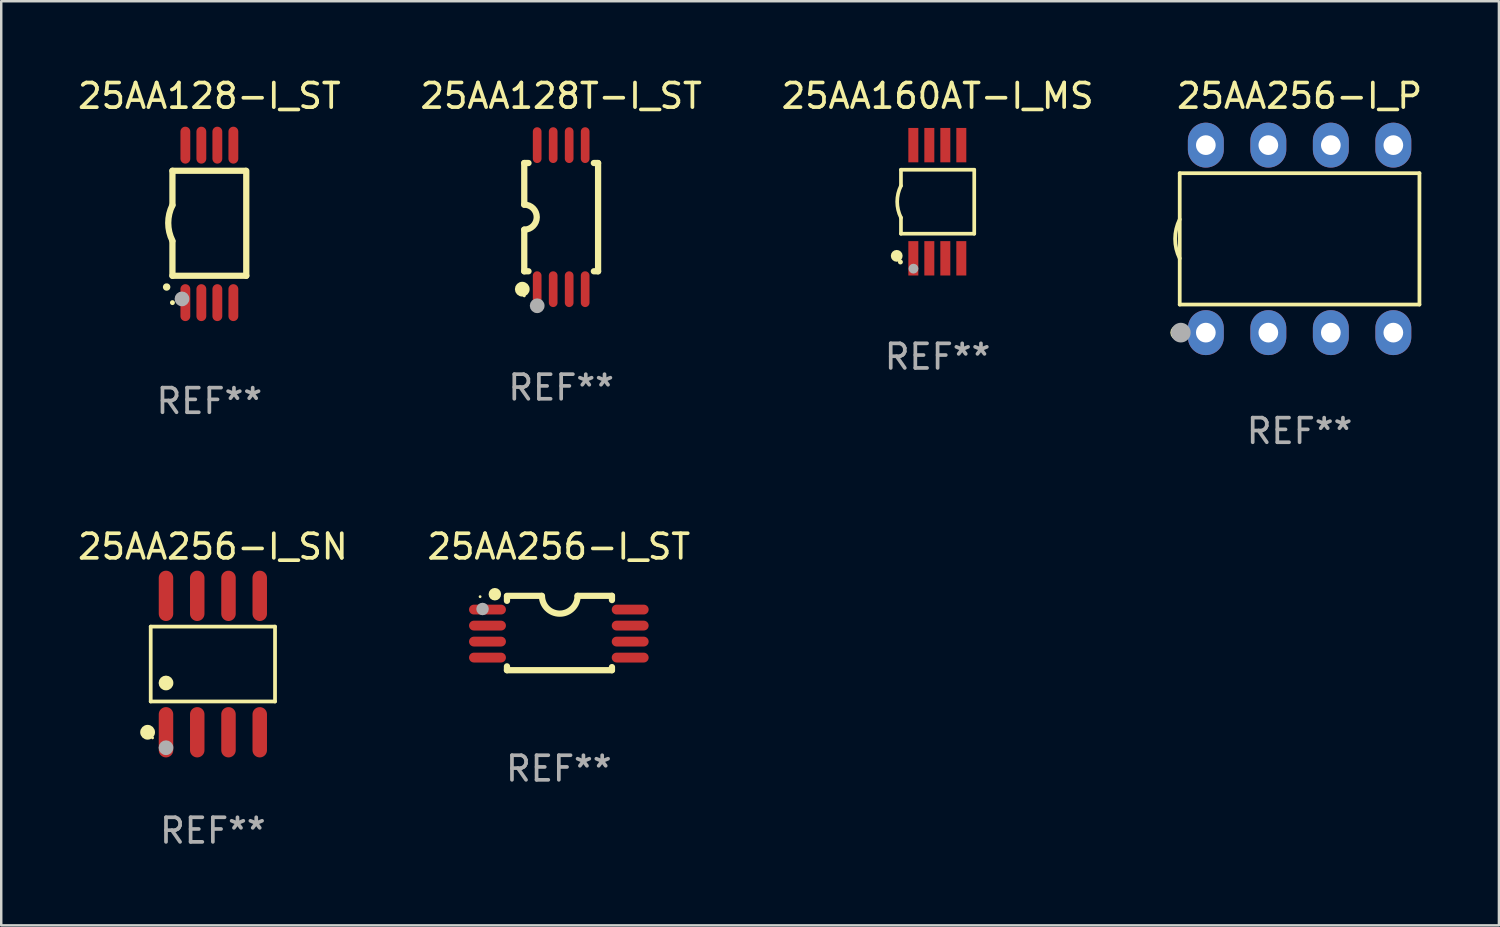
<source format=kicad_pcb>
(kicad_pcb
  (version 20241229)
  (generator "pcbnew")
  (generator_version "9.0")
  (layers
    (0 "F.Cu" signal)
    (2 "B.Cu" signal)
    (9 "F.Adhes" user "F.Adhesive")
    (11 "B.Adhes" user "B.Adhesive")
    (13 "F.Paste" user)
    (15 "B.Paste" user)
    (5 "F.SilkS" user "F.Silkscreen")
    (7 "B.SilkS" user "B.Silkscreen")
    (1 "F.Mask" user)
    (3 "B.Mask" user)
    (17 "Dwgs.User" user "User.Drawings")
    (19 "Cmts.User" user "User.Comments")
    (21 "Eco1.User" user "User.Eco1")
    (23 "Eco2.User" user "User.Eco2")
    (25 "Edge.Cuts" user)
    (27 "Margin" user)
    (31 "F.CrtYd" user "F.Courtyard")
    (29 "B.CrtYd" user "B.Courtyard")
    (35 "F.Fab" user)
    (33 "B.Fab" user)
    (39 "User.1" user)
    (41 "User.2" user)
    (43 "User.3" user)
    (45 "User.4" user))
  (footprint "25AA160AT-I_MS"
    (layer "F.Cu")
    (at 35.054 5.148)
    (property "Reference" "25AA160AT-I_MS" (at 0 -4.3 0) (layer "F.SilkS") (effects (font (size 1 1) (thickness 0.15))))
    (attr through_hole)
    (fp_line (start -1.489 -1.3) (end -1.489 -0.648) (stroke (width 0.15) (type solid)) (layer "F.SilkS"))
    (fp_line (start -1.489 0.648) (end -1.489 1.3) (stroke (width 0.15) (type solid)) (layer "F.SilkS"))
    (fp_line (start -1.489 1.3) (end 1.489 1.3) (stroke (width 0.15) (type solid)) (layer "F.SilkS"))
    (fp_line (start 1.489 -1.3) (end -1.489 -1.3) (stroke (width 0.15) (type solid)) (layer "F.SilkS"))
    (fp_line (start 1.489 1.3) (end 1.489 -1.3) (stroke (width 0.15) (type solid)) (layer "F.SilkS"))
    (fp_arc (start -1.489205 0.647702) (mid -1.642107 0) (end -1.489205 -0.647701) (stroke (width 0.150013) (type solid)) (layer "F.SilkS"))
    (fp_circle (center -1.661 2.2) (end -1.541 2.2) (stroke (width 0.24) (type solid)) (fill no) (layer "F.SilkS"))
    (fp_circle (center -1.511 2.45) (end -1.461 2.45) (stroke (width 0.1) (type solid)) (fill no) (layer "F.SilkS"))
    (fp_circle (center -0.981 2.72) (end -0.881 2.72) (stroke (width 0.2) (type solid)) (fill no) (layer "F.Fab"))
    (fp_text user "REF**" (at 0 6.3 0) (layer "F.Fab") (effects (font (size 1 1) (thickness 0.15))))
    (pad "1" smd rect (at -0.986 2.3) (size 0.406 1.397) (layers "F.Cu" "F.Mask" "F.Paste"))
    (pad "2" smd rect (at -0.336 2.3) (size 0.406 1.397) (layers "F.Cu" "F.Mask" "F.Paste"))
    (pad "3" smd rect (at 0.314 2.3) (size 0.406 1.397) (layers "F.Cu" "F.Mask" "F.Paste"))
    (pad "4" smd rect (at 0.964 2.3) (size 0.406 1.397) (layers "F.Cu" "F.Mask" "F.Paste"))
    (pad "5" smd rect (at 0.964 -2.3) (size 0.406 1.397) (layers "F.Cu" "F.Mask" "F.Paste"))
    (pad "6" smd rect (at 0.314 -2.3) (size 0.406 1.397) (layers "F.Cu" "F.Mask" "F.Paste"))
    (pad "7" smd rect (at -0.336 -2.3) (size 0.406 1.397) (layers "F.Cu" "F.Mask" "F.Paste"))
    (pad "8" smd rect (at -0.986 -2.3) (size 0.406 1.397) (layers "F.Cu" "F.Mask" "F.Paste")))
  (footprint "25AA256-I_SN"
    (layer "F.Cu")
    (at 5.601 23.937)
    (property "Reference" "25AA256-I_SN" (at 0 -4.772 0) (layer "F.SilkS") (effects (font (size 1 1) (thickness 0.15))))
    (attr through_hole)
    (fp_line (start -2.526 -1.521) (end 2.526 -1.521) (stroke (width 0.152) (type solid)) (layer "F.SilkS"))
    (fp_line (start -2.526 1.521) (end -2.526 -1.521) (stroke (width 0.152) (type solid)) (layer "F.SilkS"))
    (fp_line (start 2.526 -1.521) (end 2.526 1.521) (stroke (width 0.152) (type solid)) (layer "F.SilkS"))
    (fp_line (start 2.526 1.521) (end -2.526 1.521) (stroke (width 0.152) (type solid)) (layer "F.SilkS"))
    (fp_circle (center -2.652 2.772) (end -2.501 2.772) (stroke (width 0.3) (type solid)) (fill no) (layer "F.SilkS"))
    (fp_circle (center -2.45 3) (end -2.42 3) (stroke (width 0.06) (type solid)) (fill no) (layer "F.SilkS"))
    (fp_circle (center -1.905 0.769) (end -1.755 0.769) (stroke (width 0.3) (type solid)) (fill no) (layer "F.SilkS"))
    (fp_circle (center -1.905 3.4) (end -1.755 3.4) (stroke (width 0.3) (type solid)) (fill no) (layer "F.Fab"))
    (fp_text user "REF**" (at 0 6.772 0) (layer "F.Fab") (effects (font (size 1 1) (thickness 0.15))))
    (pad "1" smd oval (at -1.905 2.772) (size 0.588 2.045) (layers "F.Cu" "F.Mask" "F.Paste"))
    (pad "2" smd oval (at -0.635 2.772) (size 0.588 2.045) (layers "F.Cu" "F.Mask" "F.Paste"))
    (pad "3" smd oval (at 0.635 2.772) (size 0.588 2.045) (layers "F.Cu" "F.Mask" "F.Paste"))
    (pad "4" smd oval (at 1.905 2.772) (size 0.588 2.045) (layers "F.Cu" "F.Mask" "F.Paste"))
    (pad "5" smd oval (at 1.905 -2.772) (size 0.588 2.045) (layers "F.Cu" "F.Mask" "F.Paste"))
    (pad "6" smd oval (at 0.635 -2.772) (size 0.588 2.045) (layers "F.Cu" "F.Mask" "F.Paste"))
    (pad "7" smd oval (at -0.635 -2.772) (size 0.588 2.045) (layers "F.Cu" "F.Mask" "F.Paste"))
    (pad "8" smd oval (at -1.905 -2.772) (size 0.588 2.045) (layers "F.Cu" "F.Mask" "F.Paste")))
  (footprint "25AA256-I_ST"
    (layer "F.Cu")
    (at 19.661 22.676)
    (property "Reference" "25AA256-I_ST" (at 0 -3.511 0) (layer "F.SilkS") (effects (font (size 1 1) (thickness 0.15))))
    (attr through_hole)
    (fp_line (start -2.108 -1.511) (end -0.711 -1.511) (stroke (width 0.254) (type solid)) (layer "F.SilkS"))
    (fp_line (start -2.108 -1.309) (end -2.108 -1.486) (stroke (width 0.254) (type solid)) (layer "F.SilkS"))
    (fp_line (start -2.108 1.511) (end -2.108 1.355) (stroke (width 0.254) (type solid)) (layer "F.SilkS"))
    (fp_line (start 0.762 -1.511) (end 2.159 -1.511) (stroke (width 0.254) (type solid)) (layer "F.SilkS"))
    (fp_line (start 2.159 -1.511) (end 2.159 -1.339) (stroke (width 0.254) (type solid)) (layer "F.SilkS"))
    (fp_line (start 2.159 1.384) (end 2.159 1.511) (stroke (width 0.254) (type solid)) (layer "F.SilkS"))
    (fp_line (start 2.159 1.511) (end -2.108 1.511) (stroke (width 0.254) (type solid)) (layer "F.SilkS"))
    (fp_arc (start 0.762002 -1.511303) (mid 0.0381 -0.787401) (end -0.685802 -1.511303) (stroke (width 0.254001) (type solid)) (layer "F.SilkS"))
    (fp_circle (center -3.2 -1.477) (end -3.17 -1.477) (stroke (width 0.06) (type solid)) (fill no) (layer "F.SilkS"))
    (fp_circle (center -2.6 -1.577) (end -2.473 -1.577) (stroke (width 0.254) (type solid)) (fill no) (layer "F.SilkS"))
    (fp_circle (center -3.1 -0.977) (end -2.973 -0.977) (stroke (width 0.254) (type solid)) (fill no) (layer "F.Fab"))
    (fp_text user "REF**" (at 0 5.511 0) (layer "F.Fab") (effects (font (size 1 1) (thickness 0.15))))
    (pad "1" smd oval (at -2.9 -0.953 90) (size 0.4 1.5) (layers "F.Cu" "F.Mask" "F.Paste"))
    (pad "2" smd oval (at -2.9 -0.302 90) (size 0.4 1.5) (layers "F.Cu" "F.Mask" "F.Paste"))
    (pad "3" smd oval (at -2.9 0.348 90) (size 0.4 1.5) (layers "F.Cu" "F.Mask" "F.Paste"))
    (pad "4" smd oval (at -2.9 0.998 90) (size 0.4 1.5) (layers "F.Cu" "F.Mask" "F.Paste"))
    (pad "5" smd oval (at 2.9 0.998 90) (size 0.4 1.5) (layers "F.Cu" "F.Mask" "F.Paste"))
    (pad "6" smd oval (at 2.9 0.348 90) (size 0.4 1.5) (layers "F.Cu" "F.Mask" "F.Paste"))
    (pad "7" smd oval (at 2.9 -0.302 90) (size 0.4 1.5) (layers "F.Cu" "F.Mask" "F.Paste"))
    (pad "8" smd oval (at 2.9 -0.953 90) (size 0.4 1.5) (layers "F.Cu" "F.Mask" "F.Paste")))
  (footprint "25AA256-I_P"
    (layer "F.Cu")
    (at 49.765 6.658)
    (property "Reference" "25AA256-I_P" (at 0 -5.81 0) (layer "F.SilkS") (effects (font (size 1 1) (thickness 0.15))))
    (attr through_hole)
    (fp_line (start -4.871 -2.669) (end 4.871 -2.669) (stroke (width 0.152) (type solid)) (layer "F.SilkS"))
    (fp_line (start -4.871 2.669) (end -4.871 -2.669) (stroke (width 0.152) (type solid)) (layer "F.SilkS"))
    (fp_line (start 4.871 -2.669) (end 4.871 2.669) (stroke (width 0.152) (type solid)) (layer "F.SilkS"))
    (fp_line (start 4.871 2.669) (end -4.871 2.669) (stroke (width 0.152) (type solid)) (layer "F.SilkS"))
    (fp_arc (start -4.871222 0.793751) (mid -5.058601 0) (end -4.871222 -0.793752) (stroke (width 0.1524) (type solid)) (layer "F.SilkS"))
    (fp_circle (center -4.953 3.81) (end -4.803 3.81) (stroke (width 0.3) (type solid)) (fill no) (layer "F.SilkS"))
    (fp_circle (center -4.795 3.935) (end -4.765 3.935) (stroke (width 0.06) (type solid)) (fill no) (layer "F.SilkS"))
    (fp_circle (center -4.826 3.81) (end -4.626 3.81) (stroke (width 0.4) (type solid)) (fill no) (layer "F.Fab"))
    (fp_text user "REF**" (at 0 7.81 0) (layer "F.Fab") (effects (font (size 1 1) (thickness 0.15))))
    (pad "1" thru_hole oval (at -3.81 3.81) (size 1.46 1.825) (drill 0.8) (layers "*.Cu" "*.Mask"))
    (pad "2" thru_hole oval (at -1.27 3.81) (size 1.46 1.825) (drill 0.8) (layers "*.Cu" "*.Mask"))
    (pad "3" thru_hole oval (at 1.27 3.81) (size 1.46 1.825) (drill 0.8) (layers "*.Cu" "*.Mask"))
    (pad "4" thru_hole oval (at 3.81 3.81) (size 1.46 1.825) (drill 0.8) (layers "*.Cu" "*.Mask"))
    (pad "5" thru_hole oval (at 3.81 -3.81) (size 1.46 1.825) (drill 0.8) (layers "*.Cu" "*.Mask"))
    (pad "6" thru_hole oval (at 1.27 -3.81) (size 1.46 1.825) (drill 0.8) (layers "*.Cu" "*.Mask"))
    (pad "7" thru_hole oval (at -1.27 -3.81) (size 1.46 1.825) (drill 0.8) (layers "*.Cu" "*.Mask"))
    (pad "8" thru_hole oval (at -3.81 -3.81) (size 1.46 1.825) (drill 0.8) (layers "*.Cu" "*.Mask")))
  (footprint "25AA128T-I_ST"
    (layer "F.Cu")
    (at 19.756 5.775)
    (property "Reference" "25AA128T-I_ST" (at 0 -4.927 0) (layer "F.SilkS") (effects (font (size 1 1) (thickness 0.15))))
    (attr through_hole)
    (fp_line (start -1.5 -2.2) (end -1.5 -0.508) (stroke (width 0.254) (type solid)) (layer "F.SilkS"))
    (fp_line (start -1.5 -2.2) (end -1.328 -2.2) (stroke (width 0.254) (type solid)) (layer "F.SilkS"))
    (fp_line (start -1.5 2.2) (end -1.5 0.508) (stroke (width 0.254) (type solid)) (layer "F.SilkS"))
    (fp_line (start -1.5 2.2) (end -1.328 2.2) (stroke (width 0.254) (type solid)) (layer "F.SilkS"))
    (fp_line (start 1.328 -2.2) (end 1.5 -2.2) (stroke (width 0.254) (type solid)) (layer "F.SilkS"))
    (fp_line (start 1.328 2.2) (end 1.5 2.2) (stroke (width 0.254) (type solid)) (layer "F.SilkS"))
    (fp_line (start 1.5 -2.2) (end 1.5 2.2) (stroke (width 0.254) (type solid)) (layer "F.SilkS"))
    (fp_arc (start -1.501144 -0.508) (mid -0.993143 -0.000571) (end -1.5 0.508001) (stroke (width 0.254001) (type solid)) (layer "F.SilkS"))
    (fp_circle (center -1.581 2.927) (end -1.431 2.927) (stroke (width 0.3) (type solid)) (fill no) (layer "F.SilkS"))
    (fp_circle (center -1.5 3.2) (end -1.47 3.2) (stroke (width 0.06) (type solid)) (fill no) (layer "F.SilkS"))
    (fp_circle (center -0.975 3.6) (end -0.825 3.6) (stroke (width 0.3) (type solid)) (fill no) (layer "F.Fab"))
    (fp_text user "REF**" (at 0 6.927 0) (layer "F.Fab") (effects (font (size 1 1) (thickness 0.15))))
    (pad "1" smd oval (at -0.975 2.927) (size 0.353 1.454) (layers "F.Cu" "F.Mask" "F.Paste"))
    (pad "2" smd oval (at -0.325 2.927) (size 0.353 1.454) (layers "F.Cu" "F.Mask" "F.Paste"))
    (pad "3" smd oval (at 0.325 2.927) (size 0.353 1.454) (layers "F.Cu" "F.Mask" "F.Paste"))
    (pad "4" smd oval (at 0.975 2.927) (size 0.353 1.454) (layers "F.Cu" "F.Mask" "F.Paste"))
    (pad "5" smd oval (at 0.975 -2.927) (size 0.353 1.454) (layers "F.Cu" "F.Mask" "F.Paste"))
    (pad "6" smd oval (at 0.325 -2.927) (size 0.353 1.454) (layers "F.Cu" "F.Mask" "F.Paste"))
    (pad "7" smd oval (at -0.325 -2.927) (size 0.353 1.454) (layers "F.Cu" "F.Mask" "F.Paste"))
    (pad "8" smd oval (at -0.975 -2.927) (size 0.353 1.454) (layers "F.Cu" "F.Mask" "F.Paste")))
  (footprint "25AA128-I_ST"
    (layer "F.Cu")
    (at 5.458 6.049)
    (property "Reference" "25AA128-I_ST" (at 0 -5.2 0) (layer "F.SilkS") (effects (font (size 1 1) (thickness 0.15))))
    (attr through_hole)
    (fp_line (start -1.5 -0.762) (end -1.5 -2.159) (stroke (width 0.254) (type solid)) (layer "F.SilkS"))
    (fp_line (start -1.5 2.108) (end -1.5 0.711) (stroke (width 0.254) (type solid)) (layer "F.SilkS"))
    (fp_line (start -1.5 2.108) (end 1.5 2.108) (stroke (width 0.254) (type solid)) (layer "F.SilkS"))
    (fp_line (start 1.463 -2.159) (end -1.5 -2.159) (stroke (width 0.254) (type solid)) (layer "F.SilkS"))
    (fp_line (start 1.5 2.108) (end 1.5 -2.159) (stroke (width 0.254) (type solid)) (layer "F.SilkS"))
    (fp_arc (start -1.737287 2.565405) (mid -1.736017 2.5654) (end -1.734747 2.565405) (stroke (width 0.3) (type solid)) (layer "F.SilkS"))
    (fp_arc (start -1.500076 0.685801) (mid -1.670966 -0.0381) (end -1.500076 -0.762002) (stroke (width 0.254001) (type solid)) (layer "F.SilkS"))
    (fp_circle (center -1.5 3.2) (end -1.45 3.2) (stroke (width 0.1) (type solid)) (fill no) (layer "F.SilkS"))
    (fp_circle (center -1.112 3.048) (end -0.962 3.048) (stroke (width 0.3) (type solid)) (fill no) (layer "F.Fab"))
    (fp_text user "REF**" (at 0 7.2 0) (layer "F.Fab") (effects (font (size 1 1) (thickness 0.15))))
    (pad "1" smd oval (at -0.975 3.2 180) (size 0.4 1.5) (layers "F.Cu" "F.Mask" "F.Paste"))
    (pad "2" smd oval (at -0.325 3.2 180) (size 0.4 1.5) (layers "F.Cu" "F.Mask" "F.Paste"))
    (pad "3" smd oval (at 0.325 3.2 180) (size 0.4 1.5) (layers "F.Cu" "F.Mask" "F.Paste"))
    (pad "4" smd oval (at 0.976 3.2 180) (size 0.4 1.5) (layers "F.Cu" "F.Mask" "F.Paste"))
    (pad "5" smd oval (at 0.976 -3.2 180) (size 0.4 1.5) (layers "F.Cu" "F.Mask" "F.Paste"))
    (pad "6" smd oval (at 0.325 -3.2 180) (size 0.4 1.5) (layers "F.Cu" "F.Mask" "F.Paste"))
    (pad "7" smd oval (at -0.325 -3.2 180) (size 0.4 1.5) (layers "F.Cu" "F.Mask" "F.Paste"))
    (pad "8" smd oval (at -0.975 -3.2 180) (size 0.4 1.5) (layers "F.Cu" "F.Mask" "F.Paste")))
  (gr_rect
    (start -3 -3)
    (end 57.866 34.558)
    (stroke (width 0.1) (type default))
    (fill no)
    (layer "Edge.Cuts")))
</source>
